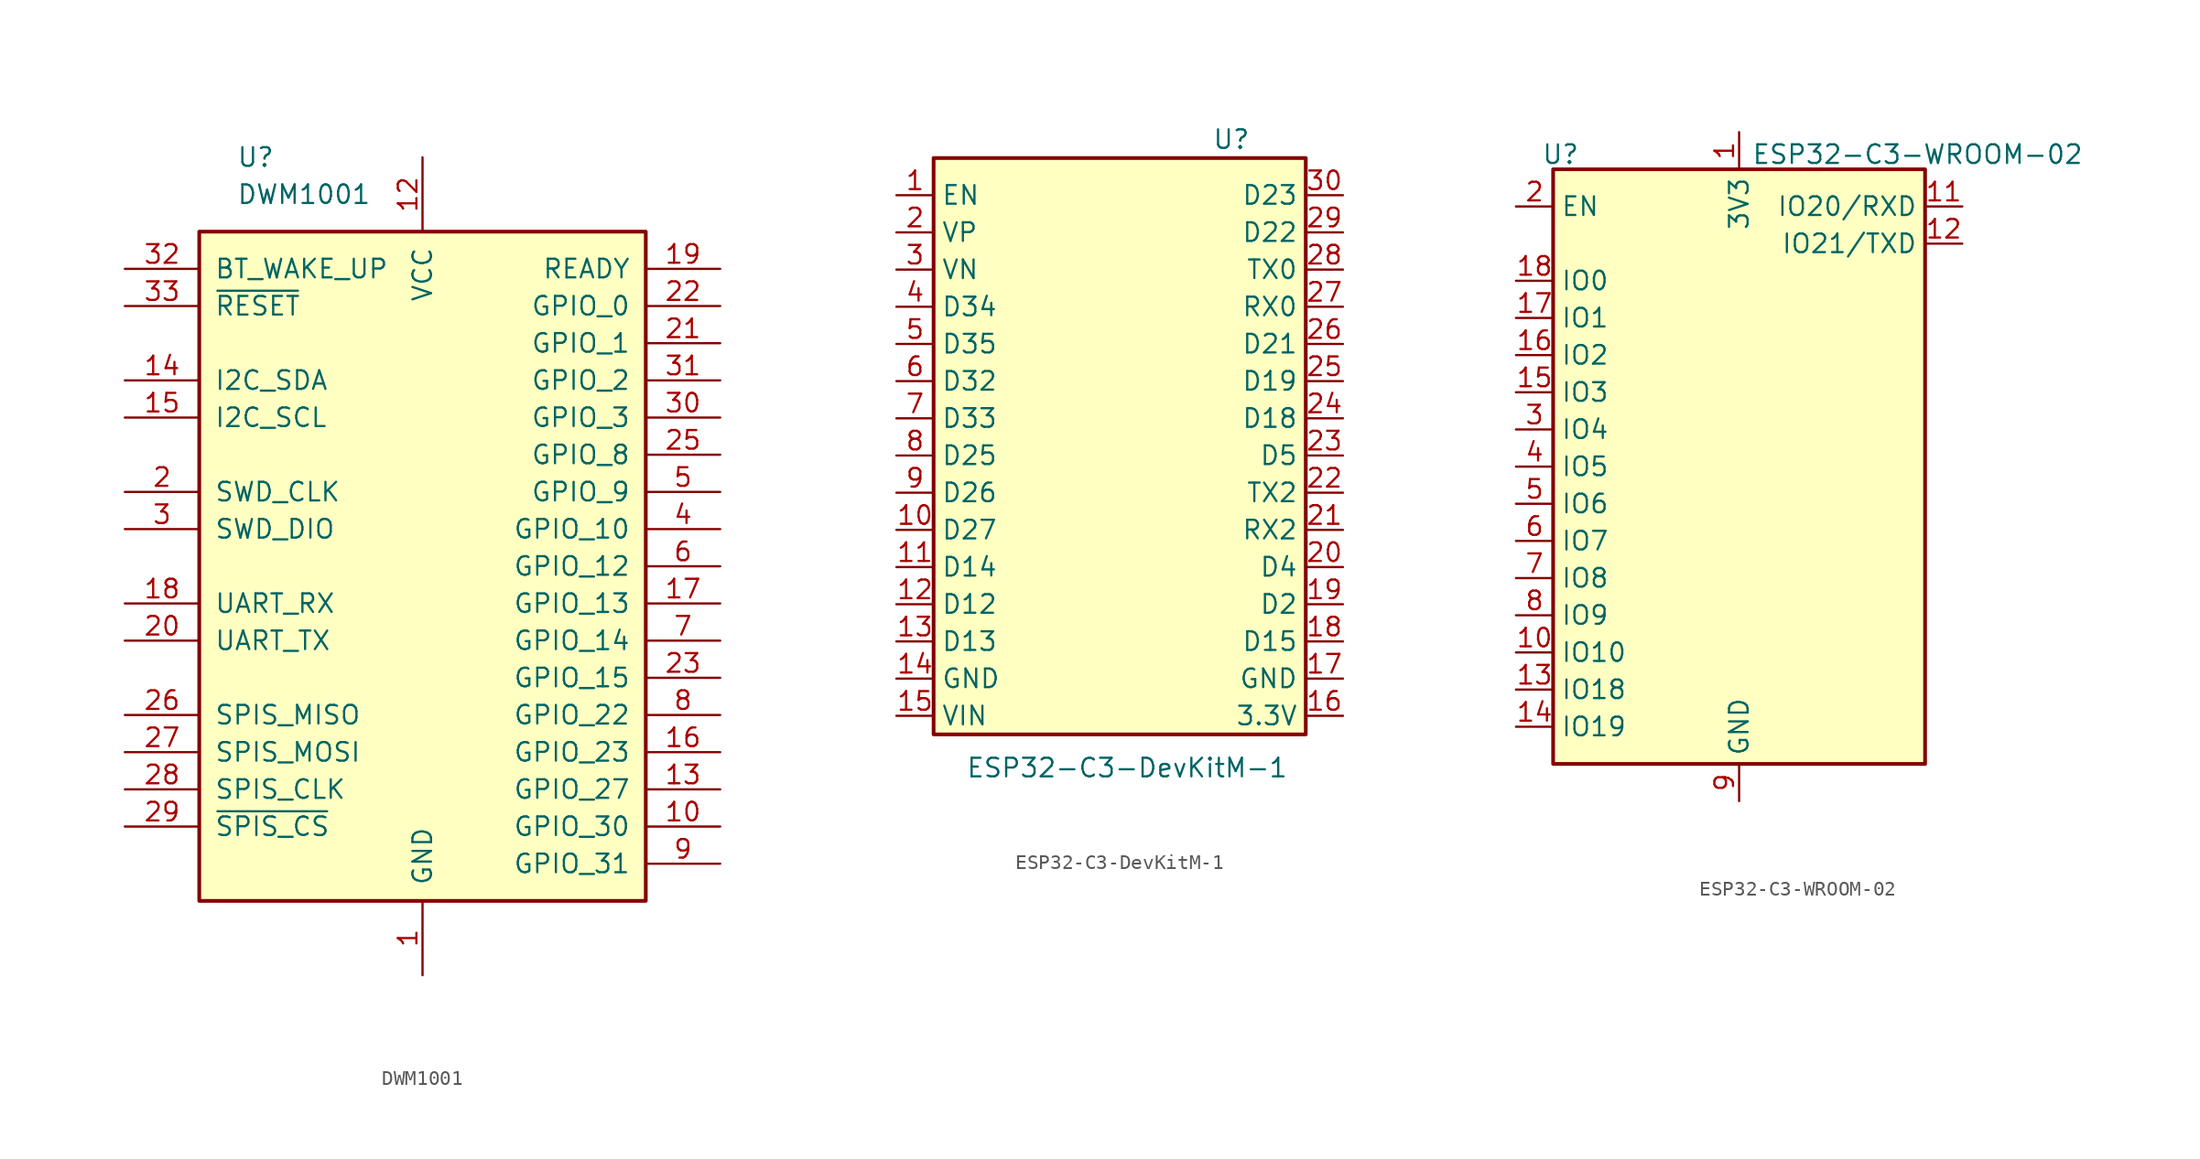
<source format=kicad_sym>
(kicad_symbol_lib
  (version 20231120)
  (generator "kicad_symbol_editor")
  (generator_version "8.0")
  (symbol "DWM1001"
    (pin_names
      (offset 1.016))
    (property "Reference" "U"
      (at -12.7 27.94 0)
      (effects (font (size 1.27 1.27)) (justify left)))
    (property "Value" "DWM1001"
      (at -12.7 25.4 0)
      (effects (font (size 1.27 1.27)) (justify left)))
    (symbol "DWM1001_0_1"
      (rectangle (start 15.24 22.86) (end -15.24 -22.86) (stroke (width 0.254) (type default)) (fill (type background))))
    (symbol "DWM1001_1_1"
      (pin power_in line (at 0 -27.94 90) (length 5.08) (name "GND" (effects (font (size 1.27 1.27)))) (number "1" (effects (font (size 1.27 1.27)))))
      (pin bidirectional line (at 20.32 -17.78 180) (length 5.08) (name "GPIO_30" (effects (font (size 1.27 1.27)))) (number "10" (effects (font (size 1.27 1.27)))))
      (pin passive line (at 0 -27.94 90) (length 5.08) hide (name "GND" (effects (font (size 1.27 1.27)))) (number "11" (effects (font (size 1.27 1.27)))))
      (pin power_in line (at 0 27.94 270) (length 5.08) (name "VCC" (effects (font (size 1.27 1.27)))) (number "12" (effects (font (size 1.27 1.27)))))
      (pin bidirectional line (at 20.32 -15.24 180) (length 5.08) (name "GPIO_27" (effects (font (size 1.27 1.27)))) (number "13" (effects (font (size 1.27 1.27)))))
      (pin bidirectional line (at -20.32 12.7 0) (length 5.08) (name "I2C_SDA" (effects (font (size 1.27 1.27)))) (number "14" (effects (font (size 1.27 1.27)))))
      (pin output line (at -20.32 10.16 0) (length 5.08) (name "I2C_SCL" (effects (font (size 1.27 1.27)))) (number "15" (effects (font (size 1.27 1.27)))))
      (pin bidirectional line (at 20.32 -12.7 180) (length 5.08) (name "GPIO_23" (effects (font (size 1.27 1.27)))) (number "16" (effects (font (size 1.27 1.27)))))
      (pin bidirectional line (at 20.32 -2.54 180) (length 5.08) (name "GPIO_13" (effects (font (size 1.27 1.27)))) (number "17" (effects (font (size 1.27 1.27)))))
      (pin input line (at -20.32 -2.54 0) (length 5.08) (name "UART_RX" (effects (font (size 1.27 1.27)))) (number "18" (effects (font (size 1.27 1.27)))))
      (pin output line (at 20.32 20.32 180) (length 5.08) (name "READY" (effects (font (size 1.27 1.27)))) (number "19" (effects (font (size 1.27 1.27)))))
      (pin input line (at -20.32 5.08 0) (length 5.08) (name "SWD_CLK" (effects (font (size 1.27 1.27)))) (number "2" (effects (font (size 1.27 1.27)))))
      (pin output line (at -20.32 -5.08 0) (length 5.08) (name "UART_TX" (effects (font (size 1.27 1.27)))) (number "20" (effects (font (size 1.27 1.27)))))
      (pin bidirectional line (at 20.32 15.24 180) (length 5.08) (name "GPIO_1" (effects (font (size 1.27 1.27)))) (number "21" (effects (font (size 1.27 1.27)))))
      (pin bidirectional line (at 20.32 17.78 180) (length 5.08) (name "GPIO_0" (effects (font (size 1.27 1.27)))) (number "22" (effects (font (size 1.27 1.27)))))
      (pin bidirectional line (at 20.32 -7.62 180) (length 5.08) (name "GPIO_15" (effects (font (size 1.27 1.27)))) (number "23" (effects (font (size 1.27 1.27)))))
      (pin passive line (at 0 -27.94 90) (length 5.08) hide (name "GND" (effects (font (size 1.27 1.27)))) (number "24" (effects (font (size 1.27 1.27)))))
      (pin bidirectional line (at 20.32 7.62 180) (length 5.08) (name "GPIO_8" (effects (font (size 1.27 1.27)))) (number "25" (effects (font (size 1.27 1.27)))))
      (pin output line (at -20.32 -10.16 0) (length 5.08) (name "SPIS_MISO" (effects (font (size 1.27 1.27)))) (number "26" (effects (font (size 1.27 1.27)))))
      (pin tri_state line (at -20.32 -12.7 0) (length 5.08) (name "SPIS_MOSI" (effects (font (size 1.27 1.27)))) (number "27" (effects (font (size 1.27 1.27)))))
      (pin input line (at -20.32 -15.24 0) (length 5.08) (name "SPIS_CLK" (effects (font (size 1.27 1.27)))) (number "28" (effects (font (size 1.27 1.27)))))
      (pin input line (at -20.32 -17.78 0) (length 5.08) (name "~{SPIS_CS}" (effects (font (size 1.27 1.27)))) (number "29" (effects (font (size 1.27 1.27)))))
      (pin bidirectional line (at -20.32 2.54 0) (length 5.08) (name "SWD_DIO" (effects (font (size 1.27 1.27)))) (number "3" (effects (font (size 1.27 1.27)))))
      (pin bidirectional line (at 20.32 10.16 180) (length 5.08) (name "GPIO_3" (effects (font (size 1.27 1.27)))) (number "30" (effects (font (size 1.27 1.27)))))
      (pin bidirectional line (at 20.32 12.7 180) (length 5.08) (name "GPIO_2" (effects (font (size 1.27 1.27)))) (number "31" (effects (font (size 1.27 1.27)))))
      (pin input line (at -20.32 20.32 0) (length 5.08) (name "BT_WAKE_UP" (effects (font (size 1.27 1.27)))) (number "32" (effects (font (size 1.27 1.27)))))
      (pin input line (at -20.32 17.78 0) (length 5.08) (name "~{RESET}" (effects (font (size 1.27 1.27)))) (number "33" (effects (font (size 1.27 1.27)))))
      (pin passive line (at 0 -27.94 90) (length 5.08) hide (name "GND" (effects (font (size 1.27 1.27)))) (number "34" (effects (font (size 1.27 1.27)))))
      (pin bidirectional line (at 20.32 2.54 180) (length 5.08) (name "GPIO_10" (effects (font (size 1.27 1.27)))) (number "4" (effects (font (size 1.27 1.27)))))
      (pin bidirectional line (at 20.32 5.08 180) (length 5.08) (name "GPIO_9" (effects (font (size 1.27 1.27)))) (number "5" (effects (font (size 1.27 1.27)))))
      (pin bidirectional line (at 20.32 0 180) (length 5.08) (name "GPIO_12" (effects (font (size 1.27 1.27)))) (number "6" (effects (font (size 1.27 1.27)))))
      (pin bidirectional line (at 20.32 -5.08 180) (length 5.08) (name "GPIO_14" (effects (font (size 1.27 1.27)))) (number "7" (effects (font (size 1.27 1.27)))))
      (pin bidirectional line (at 20.32 -10.16 180) (length 5.08) (name "GPIO_22" (effects (font (size 1.27 1.27)))) (number "8" (effects (font (size 1.27 1.27)))))
      (pin bidirectional line (at 20.32 -20.32 180) (length 5.08) (name "GPIO_31" (effects (font (size 1.27 1.27)))) (number "9" (effects (font (size 1.27 1.27)))))))
  (symbol "ESP32-C3-DevKitM-1"
    (property "Reference" "U"
      (at 7.62 16.51 0)
      (effects (font (size 1.27 1.27))))
    (property "Value" "ESP32-C3-DevKitM-1"
      (at 0.508 -26.416 0)
      (effects (font (size 1.27 1.27))))
    (symbol "ESP32-C3-DevKitM-1_1_1"
      (rectangle (start -12.7 15.24) (end 12.7 -24.13) (stroke (width 0.254) (type default)) (fill (type background)))
      (pin input line (at -15.24 12.7 0) (length 2.54) (name "EN" (effects (font (size 1.27 1.27)))) (number "1" (effects (font (size 1.27 1.27)))))
      (pin bidirectional line (at -15.24 -10.16 0) (length 2.54) (name "D27" (effects (font (size 1.27 1.27)))) (number "10" (effects (font (size 1.27 1.27)))))
      (pin bidirectional line (at -15.24 -12.7 0) (length 2.54) (name "D14" (effects (font (size 1.27 1.27)))) (number "11" (effects (font (size 1.27 1.27)))))
      (pin bidirectional line (at -15.24 -15.24 0) (length 2.54) (name "D12" (effects (font (size 1.27 1.27)))) (number "12" (effects (font (size 1.27 1.27)))))
      (pin bidirectional line (at -15.24 -17.78 0) (length 2.54) (name "D13" (effects (font (size 1.27 1.27)))) (number "13" (effects (font (size 1.27 1.27)))))
      (pin open_collector line (at -15.24 -20.32 0) (length 2.54) (name "GND" (effects (font (size 1.27 1.27)))) (number "14" (effects (font (size 1.27 1.27)))))
      (pin open_emitter line (at -15.24 -22.86 0) (length 2.54) (name "VIN" (effects (font (size 1.27 1.27)))) (number "15" (effects (font (size 1.27 1.27)))))
      (pin open_emitter line (at 15.24 -22.86 180) (length 2.54) (name "3.3V" (effects (font (size 1.27 1.27)))) (number "16" (effects (font (size 1.27 1.27)))))
      (pin open_collector line (at 15.24 -20.32 180) (length 2.54) (name "GND" (effects (font (size 1.27 1.27)))) (number "17" (effects (font (size 1.27 1.27)))))
      (pin bidirectional line (at 15.24 -17.78 180) (length 2.54) (name "D15" (effects (font (size 1.27 1.27)))) (number "18" (effects (font (size 1.27 1.27)))))
      (pin bidirectional line (at 15.24 -15.24 180) (length 2.54) (name "D2" (effects (font (size 1.27 1.27)))) (number "19" (effects (font (size 1.27 1.27)))))
      (pin input line (at -15.24 10.16 0) (length 2.54) (name "VP" (effects (font (size 1.27 1.27)))) (number "2" (effects (font (size 1.27 1.27)))))
      (pin bidirectional line (at 15.24 -12.7 180) (length 2.54) (name "D4" (effects (font (size 1.27 1.27)))) (number "20" (effects (font (size 1.27 1.27)))))
      (pin bidirectional line (at 15.24 -10.16 180) (length 2.54) (name "RX2" (effects (font (size 1.27 1.27)))) (number "21" (effects (font (size 1.27 1.27)))))
      (pin bidirectional line (at 15.24 -7.62 180) (length 2.54) (name "TX2" (effects (font (size 1.27 1.27)))) (number "22" (effects (font (size 1.27 1.27)))))
      (pin bidirectional line (at 15.24 -5.08 180) (length 2.54) (name "D5" (effects (font (size 1.27 1.27)))) (number "23" (effects (font (size 1.27 1.27)))))
      (pin bidirectional line (at 15.24 -2.54 180) (length 2.54) (name "D18" (effects (font (size 1.27 1.27)))) (number "24" (effects (font (size 1.27 1.27)))))
      (pin bidirectional line (at 15.24 0 180) (length 2.54) (name "D19" (effects (font (size 1.27 1.27)))) (number "25" (effects (font (size 1.27 1.27)))))
      (pin bidirectional line (at 15.24 2.54 180) (length 2.54) (name "D21" (effects (font (size 1.27 1.27)))) (number "26" (effects (font (size 1.27 1.27)))))
      (pin bidirectional line (at 15.24 5.08 180) (length 2.54) (name "RX0" (effects (font (size 1.27 1.27)))) (number "27" (effects (font (size 1.27 1.27)))))
      (pin bidirectional line (at 15.24 7.62 180) (length 2.54) (name "TX0" (effects (font (size 1.27 1.27)))) (number "28" (effects (font (size 1.27 1.27)))))
      (pin bidirectional line (at 15.24 10.16 180) (length 2.54) (name "D22" (effects (font (size 1.27 1.27)))) (number "29" (effects (font (size 1.27 1.27)))))
      (pin input line (at -15.24 7.62 0) (length 2.54) (name "VN" (effects (font (size 1.27 1.27)))) (number "3" (effects (font (size 1.27 1.27)))))
      (pin bidirectional line (at 15.24 12.7 180) (length 2.54) (name "D23" (effects (font (size 1.27 1.27)))) (number "30" (effects (font (size 1.27 1.27)))))
      (pin input line (at -15.24 5.08 0) (length 2.54) (name "D34" (effects (font (size 1.27 1.27)))) (number "4" (effects (font (size 1.27 1.27)))))
      (pin bidirectional line (at -15.24 2.54 0) (length 2.54) (name "D35" (effects (font (size 1.27 1.27)))) (number "5" (effects (font (size 1.27 1.27)))))
      (pin bidirectional line (at -15.24 0 0) (length 2.54) (name "D32" (effects (font (size 1.27 1.27)))) (number "6" (effects (font (size 1.27 1.27)))))
      (pin bidirectional line (at -15.24 -2.54 0) (length 2.54) (name "D33" (effects (font (size 1.27 1.27)))) (number "7" (effects (font (size 1.27 1.27)))))
      (pin bidirectional line (at -15.24 -5.08 0) (length 2.54) (name "D25" (effects (font (size 1.27 1.27)))) (number "8" (effects (font (size 1.27 1.27)))))
      (pin bidirectional line (at -15.24 -7.62 0) (length 2.54) (name "D26" (effects (font (size 1.27 1.27)))) (number "9" (effects (font (size 1.27 1.27)))))))
  (symbol "ESP32-C3-WROOM-02"
    (property "Reference" "U"
      (at -12.192 21.336 0)
      (effects (font (size 1.27 1.27))))
    (property "Value" "ESP32-C3-WROOM-02"
      (at 12.192 21.336 0)
      (effects (font (size 1.27 1.27))))
    (symbol "ESP32-C3-WROOM-02_1_1"
      (rectangle (start -12.7 20.32) (end 12.7 -20.32) (stroke (width 0.254) (type default)) (fill (type background)))
      (pin power_in line (at 0 22.86 270) (length 2.54) (name "3V3" (effects (font (size 1.27 1.27)))) (number "1" (effects (font (size 1.27 1.27)))))
      (pin bidirectional line (at -15.24 -12.7 0) (length 2.54) (name "IO10" (effects (font (size 1.27 1.27)))) (number "10" (effects (font (size 1.27 1.27)))))
      (pin bidirectional line (at 15.24 17.78 180) (length 2.54) (name "IO20/RXD" (effects (font (size 1.27 1.27)))) (number "11" (effects (font (size 1.27 1.27)))))
      (pin bidirectional line (at 15.24 15.24 180) (length 2.54) (name "IO21/TXD" (effects (font (size 1.27 1.27)))) (number "12" (effects (font (size 1.27 1.27)))))
      (pin bidirectional line (at -15.24 -15.24 0) (length 2.54) (name "IO18" (effects (font (size 1.27 1.27)))) (number "13" (effects (font (size 1.27 1.27)))))
      (pin bidirectional line (at -15.24 -17.78 0) (length 2.54) (name "IO19" (effects (font (size 1.27 1.27)))) (number "14" (effects (font (size 1.27 1.27)))))
      (pin bidirectional line (at -15.24 5.08 0) (length 2.54) (name "IO3" (effects (font (size 1.27 1.27)))) (number "15" (effects (font (size 1.27 1.27)))))
      (pin bidirectional line (at -15.24 7.62 0) (length 2.54) (name "IO2" (effects (font (size 1.27 1.27)))) (number "16" (effects (font (size 1.27 1.27)))))
      (pin bidirectional line (at -15.24 10.16 0) (length 2.54) (name "IO1" (effects (font (size 1.27 1.27)))) (number "17" (effects (font (size 1.27 1.27)))))
      (pin bidirectional line (at -15.24 12.7 0) (length 2.54) (name "IO0" (effects (font (size 1.27 1.27)))) (number "18" (effects (font (size 1.27 1.27)))))
      (pin passive line (at 0 -22.86 90) (length 2.54) hide (name "GND" (effects (font (size 1.27 1.27)))) (number "19" (effects (font (size 1.27 1.27)))))
      (pin input line (at -15.24 17.78 0) (length 2.54) (name "EN" (effects (font (size 1.27 1.27)))) (number "2" (effects (font (size 1.27 1.27)))))
      (pin bidirectional line (at -15.24 2.54 0) (length 2.54) (name "IO4" (effects (font (size 1.27 1.27)))) (number "3" (effects (font (size 1.27 1.27)))))
      (pin bidirectional line (at -15.24 0 0) (length 2.54) (name "IO5" (effects (font (size 1.27 1.27)))) (number "4" (effects (font (size 1.27 1.27)))))
      (pin bidirectional line (at -15.24 -2.54 0) (length 2.54) (name "IO6" (effects (font (size 1.27 1.27)))) (number "5" (effects (font (size 1.27 1.27)))))
      (pin bidirectional line (at -15.24 -5.08 0) (length 2.54) (name "IO7" (effects (font (size 1.27 1.27)))) (number "6" (effects (font (size 1.27 1.27)))))
      (pin bidirectional line (at -15.24 -7.62 0) (length 2.54) (name "IO8" (effects (font (size 1.27 1.27)))) (number "7" (effects (font (size 1.27 1.27)))))
      (pin bidirectional line (at -15.24 -10.16 0) (length 2.54) (name "IO9" (effects (font (size 1.27 1.27)))) (number "8" (effects (font (size 1.27 1.27)))))
      (pin power_in line (at 0 -22.86 90) (length 2.54) (name "GND" (effects (font (size 1.27 1.27)))) (number "9" (effects (font (size 1.27 1.27))))))))
</source>
